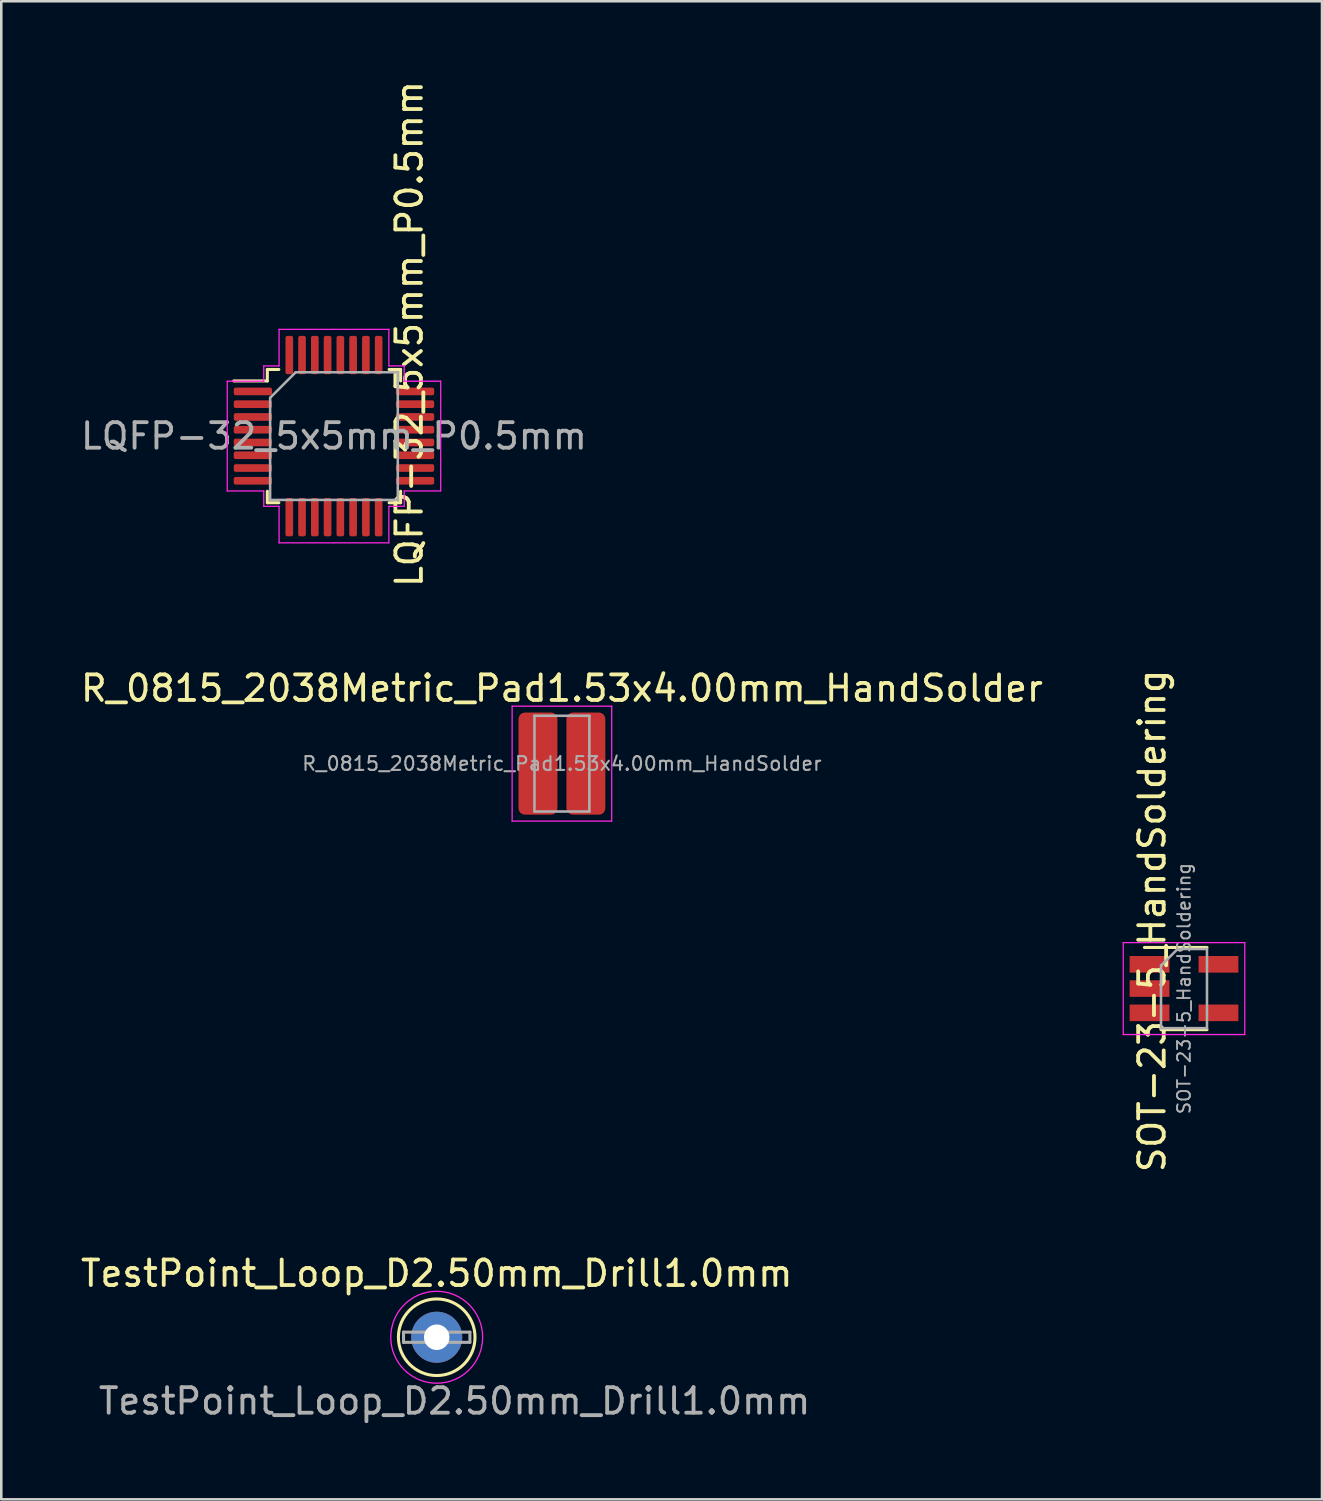
<source format=kicad_pcb>
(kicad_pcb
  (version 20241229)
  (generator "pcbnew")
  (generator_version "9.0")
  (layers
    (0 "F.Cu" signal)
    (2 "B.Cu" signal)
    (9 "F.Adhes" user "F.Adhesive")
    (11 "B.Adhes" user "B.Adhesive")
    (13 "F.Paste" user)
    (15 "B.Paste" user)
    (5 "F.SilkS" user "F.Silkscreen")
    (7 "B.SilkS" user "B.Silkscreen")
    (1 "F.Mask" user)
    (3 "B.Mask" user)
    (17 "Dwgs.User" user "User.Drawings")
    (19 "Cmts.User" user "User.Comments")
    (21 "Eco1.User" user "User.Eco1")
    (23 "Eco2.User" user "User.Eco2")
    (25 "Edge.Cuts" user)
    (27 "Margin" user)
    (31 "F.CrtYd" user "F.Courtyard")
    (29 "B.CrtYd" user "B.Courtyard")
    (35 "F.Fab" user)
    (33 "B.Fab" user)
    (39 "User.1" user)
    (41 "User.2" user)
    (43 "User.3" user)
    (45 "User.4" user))
  (footprint "LQFP-32_5x5mm_P0.5mm"
    (layer "F.Cu")
    (at 10.03 14.03)
    (property "Reference" "LQFP-32_5x5mm_P0.5mm" (at 2.95 -4 90) (layer "F.SilkS") (effects (font (size 1 1) (thickness 0.15))))
    (attr smd)
    (fp_line (start -2.61 -2.61) (end -2.61 -2.16) (stroke (width 0.12) (type solid)) (layer "F.SilkS"))
    (fp_line (start -2.61 -2.16) (end -3.925 -2.16) (stroke (width 0.12) (type solid)) (layer "F.SilkS"))
    (fp_line (start -2.61 2.61) (end -2.61 2.16) (stroke (width 0.12) (type solid)) (layer "F.SilkS"))
    (fp_line (start -2.16 -2.61) (end -2.61 -2.61) (stroke (width 0.12) (type solid)) (layer "F.SilkS"))
    (fp_line (start -2.16 2.61) (end -2.61 2.61) (stroke (width 0.12) (type solid)) (layer "F.SilkS"))
    (fp_line (start 2.16 -2.61) (end 2.61 -2.61) (stroke (width 0.12) (type solid)) (layer "F.SilkS"))
    (fp_line (start 2.16 2.61) (end 2.61 2.61) (stroke (width 0.12) (type solid)) (layer "F.SilkS"))
    (fp_line (start 2.61 -2.61) (end 2.61 -2.16) (stroke (width 0.12) (type solid)) (layer "F.SilkS"))
    (fp_line (start 2.61 2.61) (end 2.61 2.16) (stroke (width 0.12) (type solid)) (layer "F.SilkS"))
    (fp_line (start -4.18 -2.15) (end -4.18 0) (stroke (width 0.05) (type solid)) (layer "F.CrtYd"))
    (fp_line (start -4.18 2.15) (end -4.18 0) (stroke (width 0.05) (type solid)) (layer "F.CrtYd"))
    (fp_line (start -2.75 -2.75) (end -2.75 -2.15) (stroke (width 0.05) (type solid)) (layer "F.CrtYd"))
    (fp_line (start -2.75 -2.15) (end -4.18 -2.15) (stroke (width 0.05) (type solid)) (layer "F.CrtYd"))
    (fp_line (start -2.75 2.15) (end -4.18 2.15) (stroke (width 0.05) (type solid)) (layer "F.CrtYd"))
    (fp_line (start -2.75 2.75) (end -2.75 2.15) (stroke (width 0.05) (type solid)) (layer "F.CrtYd"))
    (fp_line (start -2.15 -4.18) (end -2.15 -2.75) (stroke (width 0.05) (type solid)) (layer "F.CrtYd"))
    (fp_line (start -2.15 -2.75) (end -2.75 -2.75) (stroke (width 0.05) (type solid)) (layer "F.CrtYd"))
    (fp_line (start -2.15 2.75) (end -2.75 2.75) (stroke (width 0.05) (type solid)) (layer "F.CrtYd"))
    (fp_line (start -2.15 4.18) (end -2.15 2.75) (stroke (width 0.05) (type solid)) (layer "F.CrtYd"))
    (fp_line (start 0 -4.18) (end -2.15 -4.18) (stroke (width 0.05) (type solid)) (layer "F.CrtYd"))
    (fp_line (start 0 -4.18) (end 2.15 -4.18) (stroke (width 0.05) (type solid)) (layer "F.CrtYd"))
    (fp_line (start 0 4.18) (end -2.15 4.18) (stroke (width 0.05) (type solid)) (layer "F.CrtYd"))
    (fp_line (start 0 4.18) (end 2.15 4.18) (stroke (width 0.05) (type solid)) (layer "F.CrtYd"))
    (fp_line (start 2.15 -4.18) (end 2.15 -2.75) (stroke (width 0.05) (type solid)) (layer "F.CrtYd"))
    (fp_line (start 2.15 -2.75) (end 2.75 -2.75) (stroke (width 0.05) (type solid)) (layer "F.CrtYd"))
    (fp_line (start 2.15 2.75) (end 2.75 2.75) (stroke (width 0.05) (type solid)) (layer "F.CrtYd"))
    (fp_line (start 2.15 4.18) (end 2.15 2.75) (stroke (width 0.05) (type solid)) (layer "F.CrtYd"))
    (fp_line (start 2.75 -2.75) (end 2.75 -2.15) (stroke (width 0.05) (type solid)) (layer "F.CrtYd"))
    (fp_line (start 2.75 -2.15) (end 4.18 -2.15) (stroke (width 0.05) (type solid)) (layer "F.CrtYd"))
    (fp_line (start 2.75 2.15) (end 4.18 2.15) (stroke (width 0.05) (type solid)) (layer "F.CrtYd"))
    (fp_line (start 2.75 2.75) (end 2.75 2.15) (stroke (width 0.05) (type solid)) (layer "F.CrtYd"))
    (fp_line (start 4.18 -2.15) (end 4.18 0) (stroke (width 0.05) (type solid)) (layer "F.CrtYd"))
    (fp_line (start 4.18 2.15) (end 4.18 0) (stroke (width 0.05) (type solid)) (layer "F.CrtYd"))
    (fp_line (start -2.5 -1.5) (end -1.5 -2.5) (stroke (width 0.1) (type solid)) (layer "F.Fab"))
    (fp_line (start -2.5 2.5) (end -2.5 -1.5) (stroke (width 0.1) (type solid)) (layer "F.Fab"))
    (fp_line (start -1.5 -2.5) (end 2.5 -2.5) (stroke (width 0.1) (type solid)) (layer "F.Fab"))
    (fp_line (start 2.5 -2.5) (end 2.5 2.5) (stroke (width 0.1) (type solid)) (layer "F.Fab"))
    (fp_line (start 2.5 2.5) (end -2.5 2.5) (stroke (width 0.1) (type solid)) (layer "F.Fab"))
    (fp_text user "${REFERENCE}" (at 0 0 0) (layer "F.Fab") (effects (font (size 1 1) (thickness 0.15))))
    (pad "1" smd roundrect (at -3.175 -1.75) (size 1.5 0.3) (layers "F.Cu" "F.Mask" "F.Paste") (roundrect_rratio 0.25))
    (pad "2" smd roundrect (at -3.175 -1.25) (size 1.5 0.3) (layers "F.Cu" "F.Mask" "F.Paste") (roundrect_rratio 0.25))
    (pad "3" smd roundrect (at -3.175 -0.75) (size 1.5 0.3) (layers "F.Cu" "F.Mask" "F.Paste") (roundrect_rratio 0.25))
    (pad "4" smd roundrect (at -3.175 -0.25) (size 1.5 0.3) (layers "F.Cu" "F.Mask" "F.Paste") (roundrect_rratio 0.25))
    (pad "5" smd roundrect (at -3.175 0.25) (size 1.5 0.3) (layers "F.Cu" "F.Mask" "F.Paste") (roundrect_rratio 0.25))
    (pad "6" smd roundrect (at -3.175 0.75) (size 1.5 0.3) (layers "F.Cu" "F.Mask" "F.Paste") (roundrect_rratio 0.25))
    (pad "7" smd roundrect (at -3.175 1.25) (size 1.5 0.3) (layers "F.Cu" "F.Mask" "F.Paste") (roundrect_rratio 0.25))
    (pad "8" smd roundrect (at -3.175 1.75) (size 1.5 0.3) (layers "F.Cu" "F.Mask" "F.Paste") (roundrect_rratio 0.25))
    (pad "9" smd roundrect (at -1.75 3.175) (size 0.3 1.5) (layers "F.Cu" "F.Mask" "F.Paste") (roundrect_rratio 0.25))
    (pad "10" smd roundrect (at -1.25 3.175) (size 0.3 1.5) (layers "F.Cu" "F.Mask" "F.Paste") (roundrect_rratio 0.25))
    (pad "11" smd roundrect (at -0.75 3.175) (size 0.3 1.5) (layers "F.Cu" "F.Mask" "F.Paste") (roundrect_rratio 0.25))
    (pad "12" smd roundrect (at -0.25 3.175) (size 0.3 1.5) (layers "F.Cu" "F.Mask" "F.Paste") (roundrect_rratio 0.25))
    (pad "13" smd roundrect (at 0.25 3.175) (size 0.3 1.5) (layers "F.Cu" "F.Mask" "F.Paste") (roundrect_rratio 0.25))
    (pad "14" smd roundrect (at 0.75 3.175) (size 0.3 1.5) (layers "F.Cu" "F.Mask" "F.Paste") (roundrect_rratio 0.25))
    (pad "15" smd roundrect (at 1.25 3.175) (size 0.3 1.5) (layers "F.Cu" "F.Mask" "F.Paste") (roundrect_rratio 0.25))
    (pad "16" smd roundrect (at 1.75 3.175) (size 0.3 1.5) (layers "F.Cu" "F.Mask" "F.Paste") (roundrect_rratio 0.25))
    (pad "17" smd roundrect (at 3.175 1.75) (size 1.5 0.3) (layers "F.Cu" "F.Mask" "F.Paste") (roundrect_rratio 0.25))
    (pad "18" smd roundrect (at 3.175 1.25) (size 1.5 0.3) (layers "F.Cu" "F.Mask" "F.Paste") (roundrect_rratio 0.25))
    (pad "19" smd roundrect (at 3.175 0.75) (size 1.5 0.3) (layers "F.Cu" "F.Mask" "F.Paste") (roundrect_rratio 0.25))
    (pad "20" smd roundrect (at 3.175 0.25) (size 1.5 0.3) (layers "F.Cu" "F.Mask" "F.Paste") (roundrect_rratio 0.25))
    (pad "21" smd roundrect (at 3.175 -0.25) (size 1.5 0.3) (layers "F.Cu" "F.Mask" "F.Paste") (roundrect_rratio 0.25))
    (pad "22" smd roundrect (at 3.175 -0.75) (size 1.5 0.3) (layers "F.Cu" "F.Mask" "F.Paste") (roundrect_rratio 0.25))
    (pad "23" smd roundrect (at 3.175 -1.25) (size 1.5 0.3) (layers "F.Cu" "F.Mask" "F.Paste") (roundrect_rratio 0.25))
    (pad "24" smd roundrect (at 3.175 -1.75) (size 1.5 0.3) (layers "F.Cu" "F.Mask" "F.Paste") (roundrect_rratio 0.25))
    (pad "25" smd roundrect (at 1.75 -3.175) (size 0.3 1.5) (layers "F.Cu" "F.Mask" "F.Paste") (roundrect_rratio 0.25))
    (pad "26" smd roundrect (at 1.25 -3.175) (size 0.3 1.5) (layers "F.Cu" "F.Mask" "F.Paste") (roundrect_rratio 0.25))
    (pad "27" smd roundrect (at 0.75 -3.175) (size 0.3 1.5) (layers "F.Cu" "F.Mask" "F.Paste") (roundrect_rratio 0.25))
    (pad "28" smd roundrect (at 0.25 -3.175) (size 0.3 1.5) (layers "F.Cu" "F.Mask" "F.Paste") (roundrect_rratio 0.25))
    (pad "29" smd roundrect (at -0.25 -3.175) (size 0.3 1.5) (layers "F.Cu" "F.Mask" "F.Paste") (roundrect_rratio 0.25))
    (pad "30" smd roundrect (at -0.75 -3.175) (size 0.3 1.5) (layers "F.Cu" "F.Mask" "F.Paste") (roundrect_rratio 0.25))
    (pad "31" smd roundrect (at -1.25 -3.175) (size 0.3 1.5) (layers "F.Cu" "F.Mask" "F.Paste") (roundrect_rratio 0.25))
    (pad "32" smd roundrect (at -1.75 -3.175) (size 0.3 1.5) (layers "F.Cu" "F.Mask" "F.Paste") (roundrect_rratio 0.25)))
  (footprint "R_0815_2038Metric_Pad1.53x4.00mm_HandSolder"
    (layer "F.Cu")
    (at 18.958 26.858)
    (property "Reference" "R_0815_2038Metric_Pad1.53x4.00mm_HandSolder" (at 0 -2.95 0) (layer "F.SilkS") (effects (font (size 1 1) (thickness 0.15))))
    (attr smd)
    (fp_line (start -1.95 -2.25) (end 1.95 -2.25) (stroke (width 0.05) (type solid)) (layer "F.CrtYd"))
    (fp_line (start -1.95 2.25) (end -1.95 -2.25) (stroke (width 0.05) (type solid)) (layer "F.CrtYd"))
    (fp_line (start 1.95 -2.25) (end 1.95 2.25) (stroke (width 0.05) (type solid)) (layer "F.CrtYd"))
    (fp_line (start 1.95 2.25) (end -1.95 2.25) (stroke (width 0.05) (type solid)) (layer "F.CrtYd"))
    (fp_line (start -1.075 -1.875) (end 1.075 -1.875) (stroke (width 0.1) (type solid)) (layer "F.Fab"))
    (fp_line (start -1.075 1.875) (end -1.075 -1.875) (stroke (width 0.1) (type solid)) (layer "F.Fab"))
    (fp_line (start 1.075 -1.875) (end 1.075 1.875) (stroke (width 0.1) (type solid)) (layer "F.Fab"))
    (fp_line (start 1.075 1.875) (end -1.075 1.875) (stroke (width 0.1) (type solid)) (layer "F.Fab"))
    (fp_text user "${REFERENCE}" (at 0 0 0) (layer "F.Fab") (effects (font (size 0.54 0.54) (thickness 0.08))))
    (pad "1" smd roundrect (at -0.938 0) (size 1.525 4) (layers "F.Cu" "F.Mask" "F.Paste") (roundrect_rratio 0.164))
    (pad "2" smd roundrect (at 0.938 0) (size 1.525 4) (layers "F.Cu" "F.Mask" "F.Paste") (roundrect_rratio 0.164)))
  (footprint "TestPoint_Loop_D2.50mm_Drill1.0mm"
    (layer "F.Cu")
    (at 14.054 49.324)
    (property "Reference" "TestPoint_Loop_D2.50mm_Drill1.0mm" (at 0 -2.5 180) (layer "F.SilkS") (effects (font (size 1 1) (thickness 0.15))))
    (attr through_hole)
    (fp_circle (center 0 0) (end 1.5 0) (stroke (width 0.12) (type solid)) (fill no) (layer "F.SilkS"))
    (fp_circle (center 0 0) (end 1.8 0) (stroke (width 0.05) (type solid)) (fill no) (layer "F.CrtYd"))
    (fp_line (start -1.3 -0.2) (end -1.3 0.2) (stroke (width 0.12) (type solid)) (layer "F.Fab"))
    (fp_line (start -1.3 0.2) (end 1.3 0.2) (stroke (width 0.12) (type solid)) (layer "F.Fab"))
    (fp_line (start 1.3 -0.2) (end -1.3 -0.2) (stroke (width 0.12) (type solid)) (layer "F.Fab"))
    (fp_line (start 1.3 0.2) (end 1.3 -0.2) (stroke (width 0.12) (type solid)) (layer "F.Fab"))
    (fp_text user "${REFERENCE}" (at 0.7 2.5 180) (layer "F.Fab") (effects (font (size 1 1) (thickness 0.15))))
    (pad "1" thru_hole circle (at 0 0) (size 2 2) (drill 1) (layers "*.Cu" "*.Mask")))
  (footprint "SOT-23-5_HandSoldering"
    (layer "F.Cu")
    (at 43.322 35.668)
    (property "Reference" "SOT-23-5_HandSoldering" (at -1.25 -2.65 270) (layer "F.SilkS") (effects (font (size 1 1) (thickness 0.15))))
    (attr smd)
    (fp_line (start -0.9 1.61) (end 0.9 1.61) (stroke (width 0.12) (type solid)) (layer "F.SilkS"))
    (fp_line (start 0.9 -1.61) (end -1.55 -1.61) (stroke (width 0.12) (type solid)) (layer "F.SilkS"))
    (fp_line (start -2.38 -1.8) (end -2.38 1.8) (stroke (width 0.05) (type solid)) (layer "F.CrtYd"))
    (fp_line (start -2.38 -1.8) (end 2.38 -1.8) (stroke (width 0.05) (type solid)) (layer "F.CrtYd"))
    (fp_line (start 2.38 1.8) (end -2.38 1.8) (stroke (width 0.05) (type solid)) (layer "F.CrtYd"))
    (fp_line (start 2.38 1.8) (end 2.38 -1.8) (stroke (width 0.05) (type solid)) (layer "F.CrtYd"))
    (fp_line (start -0.9 -0.9) (end -0.9 1.55) (stroke (width 0.1) (type solid)) (layer "F.Fab"))
    (fp_line (start -0.9 -0.9) (end -0.25 -1.55) (stroke (width 0.1) (type solid)) (layer "F.Fab"))
    (fp_line (start 0.9 -1.55) (end -0.25 -1.55) (stroke (width 0.1) (type solid)) (layer "F.Fab"))
    (fp_line (start 0.9 -1.55) (end 0.9 1.55) (stroke (width 0.1) (type solid)) (layer "F.Fab"))
    (fp_line (start 0.9 1.55) (end -0.9 1.55) (stroke (width 0.1) (type solid)) (layer "F.Fab"))
    (fp_text user "${REFERENCE}" (at 0 0 270) (layer "F.Fab") (effects (font (size 0.5 0.5) (thickness 0.075))))
    (pad "1" smd rect (at -1.35 -0.95) (size 1.56 0.65) (layers "F.Cu" "F.Mask" "F.Paste"))
    (pad "2" smd rect (at -1.35 0) (size 1.56 0.65) (layers "F.Cu" "F.Mask" "F.Paste"))
    (pad "3" smd rect (at -1.35 0.95) (size 1.56 0.65) (layers "F.Cu" "F.Mask" "F.Paste"))
    (pad "4" smd rect (at 1.35 0.95) (size 1.56 0.65) (layers "F.Cu" "F.Mask" "F.Paste"))
    (pad "5" smd rect (at 1.35 -0.95) (size 1.56 0.65) (layers "F.Cu" "F.Mask" "F.Paste")))
  (gr_rect
    (start -3 -3)
    (end 48.727 55.673)
    (stroke (width 0.1) (type default))
    (fill no)
    (layer "Edge.Cuts")))
</source>
